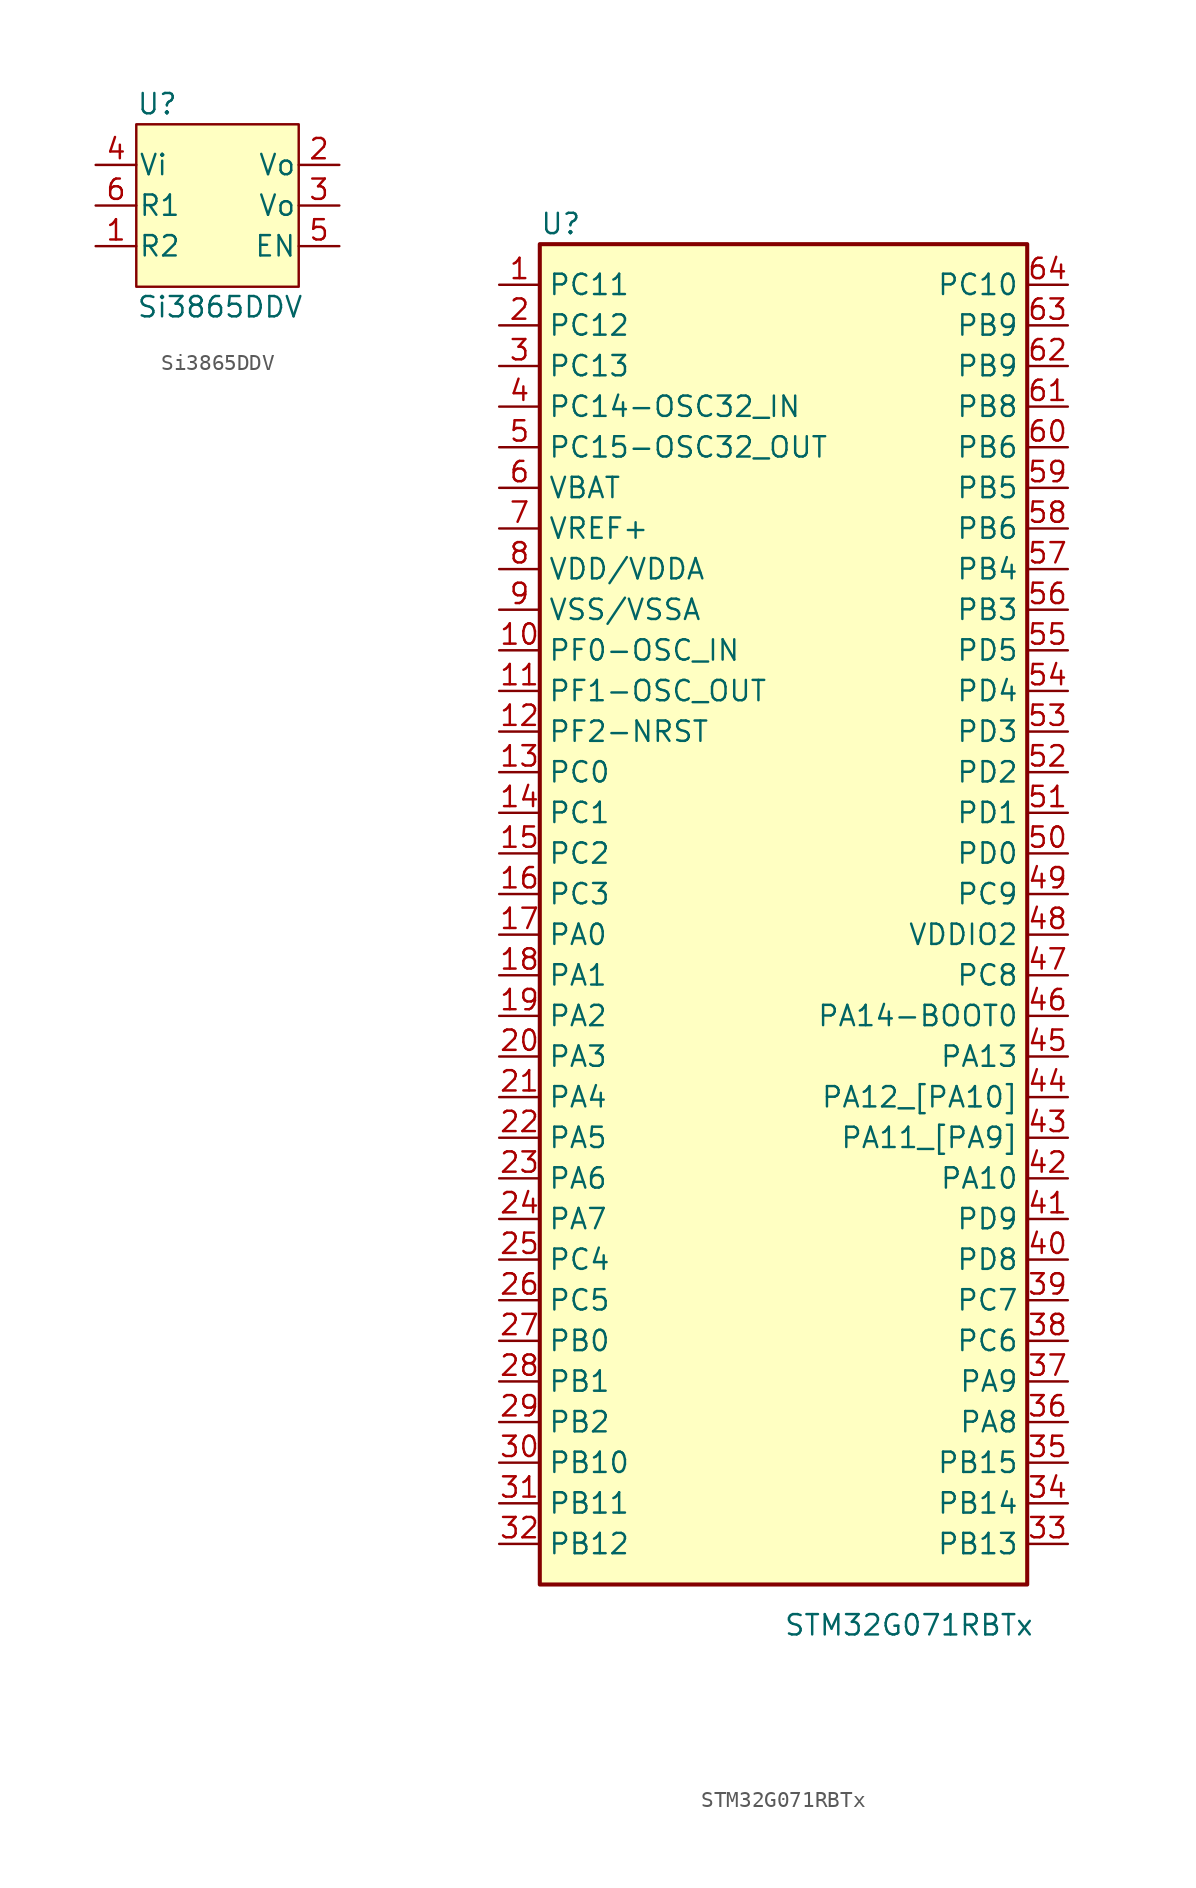
<source format=kicad_sym>
(kicad_symbol_lib
  (version 20220914)
  (generator kicad_symbol_editor)
  (symbol "Si3865DDV"
    (pin_names
      (offset 0.127))
    (property "Reference" "U"
      (at -5.08 6.35 0)
      (effects (font (size 1.27 1.27)) (justify left)))
    (property "Value" "Si3865DDV"
      (at -5.08 -6.35 0)
      (effects (font (size 1.27 1.27)) (justify left)))
    (symbol "Si3865DDV_0_1"
      (rectangle (start -5.08 5.08) (end 5.08 -5.08) (stroke (width 0) (type solid)) (fill (type background)))
      (pin power_out line (at 7.62 2.54 180) (length 2.54) (name "Vo" (effects (font (size 1.27 1.27)))) (number "2" (effects (font (size 1.27 1.27)))))
      (pin input line (at 7.62 -2.54 180) (length 2.54) (name "EN" (effects (font (size 1.27 1.27)))) (number "5" (effects (font (size 1.27 1.27))))))
    (symbol "Si3865DDV_1_1"
      (pin input line (at -7.62 -2.54 0) (length 2.54) (name "R2" (effects (font (size 1.27 1.27)))) (number "1" (effects (font (size 1.27 1.27)))))
      (pin power_out line (at 7.62 0 180) (length 2.54) (name "Vo" (effects (font (size 1.27 1.27)))) (number "3" (effects (font (size 1.27 1.27)))))
      (pin power_in line (at -7.62 2.54 0) (length 2.54) (name "Vi" (effects (font (size 1.27 1.27)))) (number "4" (effects (font (size 1.27 1.27)))))
      (pin passive line (at -7.62 0 0) (length 2.54) (name "R1" (effects (font (size 1.27 1.27)))) (number "6" (effects (font (size 1.27 1.27)))))))
  (symbol "STM32G071RBTx"
    (property "Reference" "U"
      (at -15.24 44.45 0)
      (effects (font (size 1.27 1.27)) (justify left)))
    (property "Value" "STM32G071RBTx"
      (at 0 -43.18 0)
      (effects (font (size 1.27 1.27)) (justify left)))
    (symbol "STM32G071RBTx_0_1"
      (rectangle (start -15.24 -40.64) (end 15.24 43.18) (stroke (width 0.254) (type solid)) (fill (type background))))
    (symbol "STM32G071RBTx_1_1"
      (pin bidirectional line (at -17.78 40.64 0) (length 2.54) (name "PC11" (effects (font (size 1.27 1.27)))) (number "1" (effects (font (size 1.27 1.27)))))
      (pin bidirectional line (at -17.78 17.78 0) (length 2.54) (name "PF0-OSC_IN" (effects (font (size 1.27 1.27)))) (number "10" (effects (font (size 1.27 1.27)))))
      (pin bidirectional line (at -17.78 15.24 0) (length 2.54) (name "PF1-OSC_OUT" (effects (font (size 1.27 1.27)))) (number "11" (effects (font (size 1.27 1.27)))))
      (pin bidirectional line (at -17.78 12.7 0) (length 2.54) (name "PF2-NRST" (effects (font (size 1.27 1.27)))) (number "12" (effects (font (size 1.27 1.27)))))
      (pin bidirectional line (at -17.78 10.16 0) (length 2.54) (name "PC0" (effects (font (size 1.27 1.27)))) (number "13" (effects (font (size 1.27 1.27)))))
      (pin bidirectional line (at -17.78 7.62 0) (length 2.54) (name "PC1" (effects (font (size 1.27 1.27)))) (number "14" (effects (font (size 1.27 1.27)))))
      (pin bidirectional line (at -17.78 5.08 0) (length 2.54) (name "PC2" (effects (font (size 1.27 1.27)))) (number "15" (effects (font (size 1.27 1.27)))))
      (pin bidirectional line (at -17.78 2.54 0) (length 2.54) (name "PC3" (effects (font (size 1.27 1.27)))) (number "16" (effects (font (size 1.27 1.27)))))
      (pin bidirectional line (at -17.78 0 0) (length 2.54) (name "PA0" (effects (font (size 1.27 1.27)))) (number "17" (effects (font (size 1.27 1.27)))))
      (pin bidirectional line (at -17.78 -2.54 0) (length 2.54) (name "PA1" (effects (font (size 1.27 1.27)))) (number "18" (effects (font (size 1.27 1.27)))))
      (pin bidirectional line (at -17.78 -5.08 0) (length 2.54) (name "PA2" (effects (font (size 1.27 1.27)))) (number "19" (effects (font (size 1.27 1.27)))))
      (pin bidirectional line (at -17.78 38.1 0) (length 2.54) (name "PC12" (effects (font (size 1.27 1.27)))) (number "2" (effects (font (size 1.27 1.27)))))
      (pin bidirectional line (at -17.78 -7.62 0) (length 2.54) (name "PA3" (effects (font (size 1.27 1.27)))) (number "20" (effects (font (size 1.27 1.27)))))
      (pin bidirectional line (at -17.78 -10.16 0) (length 2.54) (name "PA4" (effects (font (size 1.27 1.27)))) (number "21" (effects (font (size 1.27 1.27)))))
      (pin bidirectional line (at -17.78 -12.7 0) (length 2.54) (name "PA5" (effects (font (size 1.27 1.27)))) (number "22" (effects (font (size 1.27 1.27)))))
      (pin bidirectional line (at -17.78 -15.24 0) (length 2.54) (name "PA6" (effects (font (size 1.27 1.27)))) (number "23" (effects (font (size 1.27 1.27)))))
      (pin bidirectional line (at -17.78 -17.78 0) (length 2.54) (name "PA7" (effects (font (size 1.27 1.27)))) (number "24" (effects (font (size 1.27 1.27)))))
      (pin bidirectional line (at -17.78 -20.32 0) (length 2.54) (name "PC4" (effects (font (size 1.27 1.27)))) (number "25" (effects (font (size 1.27 1.27)))))
      (pin bidirectional line (at -17.78 -22.86 0) (length 2.54) (name "PC5" (effects (font (size 1.27 1.27)))) (number "26" (effects (font (size 1.27 1.27)))))
      (pin bidirectional line (at -17.78 -25.4 0) (length 2.54) (name "PB0" (effects (font (size 1.27 1.27)))) (number "27" (effects (font (size 1.27 1.27)))))
      (pin bidirectional line (at -17.78 -27.94 0) (length 2.54) (name "PB1" (effects (font (size 1.27 1.27)))) (number "28" (effects (font (size 1.27 1.27)))))
      (pin bidirectional line (at -17.78 -30.48 0) (length 2.54) (name "PB2" (effects (font (size 1.27 1.27)))) (number "29" (effects (font (size 1.27 1.27)))))
      (pin bidirectional line (at -17.78 35.56 0) (length 2.54) (name "PC13" (effects (font (size 1.27 1.27)))) (number "3" (effects (font (size 1.27 1.27)))))
      (pin bidirectional line (at -17.78 -33.02 0) (length 2.54) (name "PB10" (effects (font (size 1.27 1.27)))) (number "30" (effects (font (size 1.27 1.27)))))
      (pin bidirectional line (at -17.78 -35.56 0) (length 2.54) (name "PB11" (effects (font (size 1.27 1.27)))) (number "31" (effects (font (size 1.27 1.27)))))
      (pin bidirectional line (at -17.78 -38.1 0) (length 2.54) (name "PB12" (effects (font (size 1.27 1.27)))) (number "32" (effects (font (size 1.27 1.27)))))
      (pin bidirectional line (at 17.78 -38.1 180) (length 2.54) (name "PB13" (effects (font (size 1.27 1.27)))) (number "33" (effects (font (size 1.27 1.27)))))
      (pin bidirectional line (at 17.78 -35.56 180) (length 2.54) (name "PB14" (effects (font (size 1.27 1.27)))) (number "34" (effects (font (size 1.27 1.27)))))
      (pin bidirectional line (at 17.78 -33.02 180) (length 2.54) (name "PB15" (effects (font (size 1.27 1.27)))) (number "35" (effects (font (size 1.27 1.27)))))
      (pin bidirectional line (at 17.78 -30.48 180) (length 2.54) (name "PA8" (effects (font (size 1.27 1.27)))) (number "36" (effects (font (size 1.27 1.27)))))
      (pin bidirectional line (at 17.78 -27.94 180) (length 2.54) (name "PA9" (effects (font (size 1.27 1.27)))) (number "37" (effects (font (size 1.27 1.27)))))
      (pin bidirectional line (at 17.78 -25.4 180) (length 2.54) (name "PC6" (effects (font (size 1.27 1.27)))) (number "38" (effects (font (size 1.27 1.27)))))
      (pin bidirectional line (at 17.78 -22.86 180) (length 2.54) (name "PC7" (effects (font (size 1.27 1.27)))) (number "39" (effects (font (size 1.27 1.27)))))
      (pin bidirectional line (at -17.78 33.02 0) (length 2.54) (name "PC14-OSC32_IN" (effects (font (size 1.27 1.27)))) (number "4" (effects (font (size 1.27 1.27)))))
      (pin bidirectional line (at 17.78 -20.32 180) (length 2.54) (name "PD8" (effects (font (size 1.27 1.27)))) (number "40" (effects (font (size 1.27 1.27)))))
      (pin bidirectional line (at 17.78 -17.78 180) (length 2.54) (name "PD9" (effects (font (size 1.27 1.27)))) (number "41" (effects (font (size 1.27 1.27)))))
      (pin bidirectional line (at 17.78 -15.24 180) (length 2.54) (name "PA10" (effects (font (size 1.27 1.27)))) (number "42" (effects (font (size 1.27 1.27)))))
      (pin bidirectional line (at 17.78 -12.7 180) (length 2.54) (name "PA11_[PA9]" (effects (font (size 1.27 1.27)))) (number "43" (effects (font (size 1.27 1.27)))))
      (pin bidirectional line (at 17.78 -10.16 180) (length 2.54) (name "PA12_[PA10]" (effects (font (size 1.27 1.27)))) (number "44" (effects (font (size 1.27 1.27)))))
      (pin bidirectional line (at 17.78 -7.62 180) (length 2.54) (name "PA13" (effects (font (size 1.27 1.27)))) (number "45" (effects (font (size 1.27 1.27)))))
      (pin bidirectional line (at 17.78 -5.08 180) (length 2.54) (name "PA14-BOOT0" (effects (font (size 1.27 1.27)))) (number "46" (effects (font (size 1.27 1.27)))))
      (pin bidirectional line (at 17.78 -2.54 180) (length 2.54) (name "PC8" (effects (font (size 1.27 1.27)))) (number "47" (effects (font (size 1.27 1.27)))))
      (pin power_in line (at 17.78 0 180) (length 2.54) (name "VDDIO2" (effects (font (size 1.27 1.27)))) (number "48" (effects (font (size 1.27 1.27)))))
      (pin bidirectional line (at 17.78 2.54 180) (length 2.54) (name "PC9" (effects (font (size 1.27 1.27)))) (number "49" (effects (font (size 1.27 1.27)))))
      (pin bidirectional line (at -17.78 30.48 0) (length 2.54) (name "PC15-OSC32_OUT" (effects (font (size 1.27 1.27)))) (number "5" (effects (font (size 1.27 1.27)))))
      (pin bidirectional line (at 17.78 5.08 180) (length 2.54) (name "PD0" (effects (font (size 1.27 1.27)))) (number "50" (effects (font (size 1.27 1.27)))))
      (pin bidirectional line (at 17.78 7.62 180) (length 2.54) (name "PD1" (effects (font (size 1.27 1.27)))) (number "51" (effects (font (size 1.27 1.27)))))
      (pin bidirectional line (at 17.78 10.16 180) (length 2.54) (name "PD2" (effects (font (size 1.27 1.27)))) (number "52" (effects (font (size 1.27 1.27)))))
      (pin bidirectional line (at 17.78 12.7 180) (length 2.54) (name "PD3" (effects (font (size 1.27 1.27)))) (number "53" (effects (font (size 1.27 1.27)))))
      (pin bidirectional line (at 17.78 15.24 180) (length 2.54) (name "PD4" (effects (font (size 1.27 1.27)))) (number "54" (effects (font (size 1.27 1.27)))))
      (pin bidirectional line (at 17.78 17.78 180) (length 2.54) (name "PD5" (effects (font (size 1.27 1.27)))) (number "55" (effects (font (size 1.27 1.27)))))
      (pin bidirectional line (at 17.78 20.32 180) (length 2.54) (name "PB3" (effects (font (size 1.27 1.27)))) (number "56" (effects (font (size 1.27 1.27)))))
      (pin bidirectional line (at 17.78 22.86 180) (length 2.54) (name "PB4" (effects (font (size 1.27 1.27)))) (number "57" (effects (font (size 1.27 1.27)))))
      (pin bidirectional line (at 17.78 25.4 180) (length 2.54) (name "PB6" (effects (font (size 1.27 1.27)))) (number "58" (effects (font (size 1.27 1.27)))))
      (pin bidirectional line (at 17.78 27.94 180) (length 2.54) (name "PB5" (effects (font (size 1.27 1.27)))) (number "59" (effects (font (size 1.27 1.27)))))
      (pin power_in line (at -17.78 27.94 0) (length 2.54) (name "VBAT" (effects (font (size 1.27 1.27)))) (number "6" (effects (font (size 1.27 1.27)))))
      (pin bidirectional line (at 17.78 30.48 180) (length 2.54) (name "PB6" (effects (font (size 1.27 1.27)))) (number "60" (effects (font (size 1.27 1.27)))))
      (pin bidirectional line (at 17.78 33.02 180) (length 2.54) (name "PB8" (effects (font (size 1.27 1.27)))) (number "61" (effects (font (size 1.27 1.27)))))
      (pin bidirectional line (at 17.78 35.56 180) (length 2.54) (name "PB9" (effects (font (size 1.27 1.27)))) (number "62" (effects (font (size 1.27 1.27)))))
      (pin bidirectional line (at 17.78 38.1 180) (length 2.54) (name "PB9" (effects (font (size 1.27 1.27)))) (number "63" (effects (font (size 1.27 1.27)))))
      (pin bidirectional line (at 17.78 40.64 180) (length 2.54) (name "PC10" (effects (font (size 1.27 1.27)))) (number "64" (effects (font (size 1.27 1.27)))))
      (pin power_in line (at -17.78 25.4 0) (length 2.54) (name "VREF+" (effects (font (size 1.27 1.27)))) (number "7" (effects (font (size 1.27 1.27)))))
      (pin power_in line (at -17.78 22.86 0) (length 2.54) (name "VDD/VDDA" (effects (font (size 1.27 1.27)))) (number "8" (effects (font (size 1.27 1.27)))))
      (pin power_in line (at -17.78 20.32 0) (length 2.54) (name "VSS/VSSA" (effects (font (size 1.27 1.27)))) (number "9" (effects (font (size 1.27 1.27))))))))
</source>
